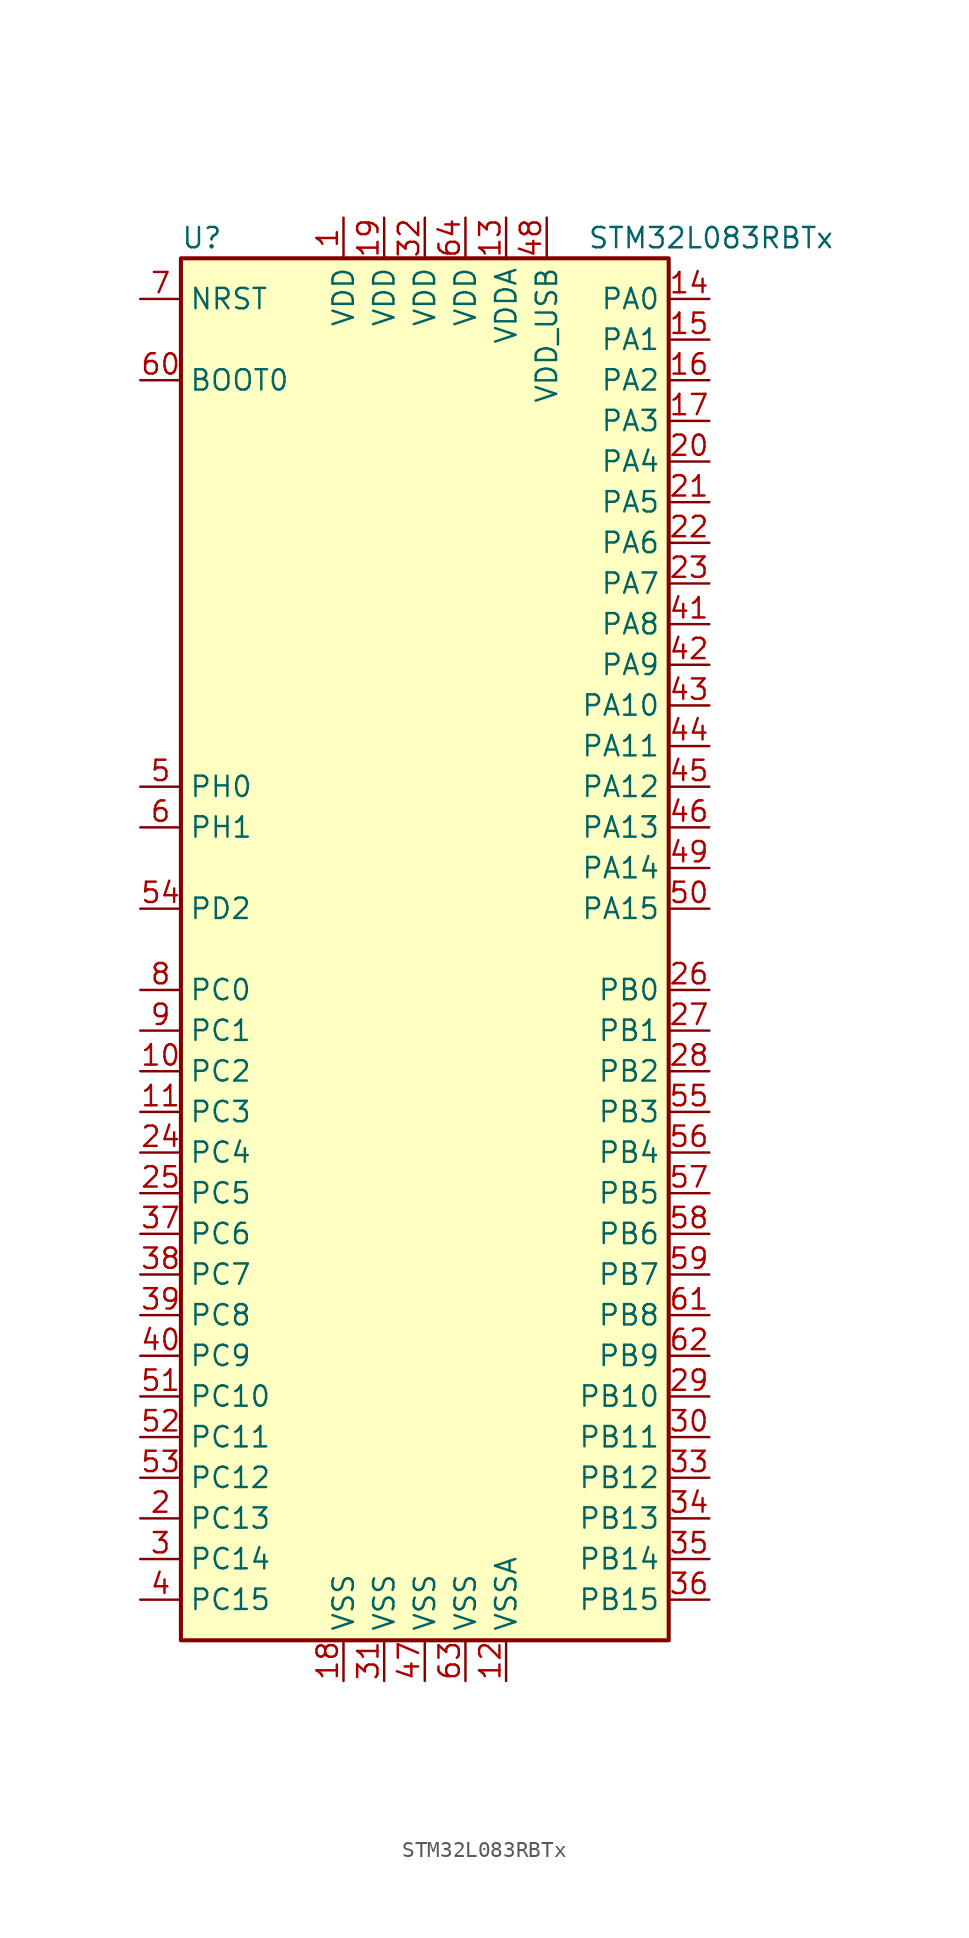
<source format=kicad_sym>
(kicad_symbol_lib
  (version 20201005)
  (generator kicad_symbol_editor)
  (symbol "STM32L083RBTx"
    (property "Reference" "U"
      (at -15.24 44.45 0)
      (effects (font (size 1.27 1.27)) (justify left)))
    (property "Value" "STM32L083RBTx"
      (at 10.16 44.45 0)
      (effects (font (size 1.27 1.27)) (justify left)))
    (symbol "STM32L083RBTx_0_1"
      (rectangle (start -15.24 -43.18) (end 15.24 43.18) (stroke (width 0.254)) (fill (type background))))
    (symbol "STM32L083RBTx_1_1"
      (pin power_in line (at -5.08 45.72 270) (length 2.54) (name "VDD" (effects (font (size 1.27 1.27)))) (number "1" (effects (font (size 1.27 1.27)))))
      (pin bidirectional line (at -17.78 -7.62 0) (length 2.54) (name "PC2" (effects (font (size 1.27 1.27)))) (number "10" (effects (font (size 1.27 1.27)))))
      (pin bidirectional line (at -17.78 -10.16 0) (length 2.54) (name "PC3" (effects (font (size 1.27 1.27)))) (number "11" (effects (font (size 1.27 1.27)))))
      (pin power_in line (at 5.08 -45.72 90) (length 2.54) (name "VSSA" (effects (font (size 1.27 1.27)))) (number "12" (effects (font (size 1.27 1.27)))))
      (pin power_in line (at 5.08 45.72 270) (length 2.54) (name "VDDA" (effects (font (size 1.27 1.27)))) (number "13" (effects (font (size 1.27 1.27)))))
      (pin bidirectional line (at 17.78 40.64 180) (length 2.54) (name "PA0" (effects (font (size 1.27 1.27)))) (number "14" (effects (font (size 1.27 1.27)))))
      (pin bidirectional line (at 17.78 38.1 180) (length 2.54) (name "PA1" (effects (font (size 1.27 1.27)))) (number "15" (effects (font (size 1.27 1.27)))))
      (pin bidirectional line (at 17.78 35.56 180) (length 2.54) (name "PA2" (effects (font (size 1.27 1.27)))) (number "16" (effects (font (size 1.27 1.27)))))
      (pin bidirectional line (at 17.78 33.02 180) (length 2.54) (name "PA3" (effects (font (size 1.27 1.27)))) (number "17" (effects (font (size 1.27 1.27)))))
      (pin power_in line (at -5.08 -45.72 90) (length 2.54) (name "VSS" (effects (font (size 1.27 1.27)))) (number "18" (effects (font (size 1.27 1.27)))))
      (pin power_in line (at -2.54 45.72 270) (length 2.54) (name "VDD" (effects (font (size 1.27 1.27)))) (number "19" (effects (font (size 1.27 1.27)))))
      (pin bidirectional line (at -17.78 -35.56 0) (length 2.54) (name "PC13" (effects (font (size 1.27 1.27)))) (number "2" (effects (font (size 1.27 1.27)))))
      (pin bidirectional line (at 17.78 30.48 180) (length 2.54) (name "PA4" (effects (font (size 1.27 1.27)))) (number "20" (effects (font (size 1.27 1.27)))))
      (pin bidirectional line (at 17.78 27.94 180) (length 2.54) (name "PA5" (effects (font (size 1.27 1.27)))) (number "21" (effects (font (size 1.27 1.27)))))
      (pin bidirectional line (at 17.78 25.4 180) (length 2.54) (name "PA6" (effects (font (size 1.27 1.27)))) (number "22" (effects (font (size 1.27 1.27)))))
      (pin bidirectional line (at 17.78 22.86 180) (length 2.54) (name "PA7" (effects (font (size 1.27 1.27)))) (number "23" (effects (font (size 1.27 1.27)))))
      (pin bidirectional line (at -17.78 -12.7 0) (length 2.54) (name "PC4" (effects (font (size 1.27 1.27)))) (number "24" (effects (font (size 1.27 1.27)))))
      (pin bidirectional line (at -17.78 -15.24 0) (length 2.54) (name "PC5" (effects (font (size 1.27 1.27)))) (number "25" (effects (font (size 1.27 1.27)))))
      (pin bidirectional line (at 17.78 -2.54 180) (length 2.54) (name "PB0" (effects (font (size 1.27 1.27)))) (number "26" (effects (font (size 1.27 1.27)))))
      (pin bidirectional line (at 17.78 -5.08 180) (length 2.54) (name "PB1" (effects (font (size 1.27 1.27)))) (number "27" (effects (font (size 1.27 1.27)))))
      (pin bidirectional line (at 17.78 -7.62 180) (length 2.54) (name "PB2" (effects (font (size 1.27 1.27)))) (number "28" (effects (font (size 1.27 1.27)))))
      (pin bidirectional line (at 17.78 -27.94 180) (length 2.54) (name "PB10" (effects (font (size 1.27 1.27)))) (number "29" (effects (font (size 1.27 1.27)))))
      (pin bidirectional line (at -17.78 -38.1 0) (length 2.54) (name "PC14" (effects (font (size 1.27 1.27)))) (number "3" (effects (font (size 1.27 1.27)))))
      (pin bidirectional line (at 17.78 -30.48 180) (length 2.54) (name "PB11" (effects (font (size 1.27 1.27)))) (number "30" (effects (font (size 1.27 1.27)))))
      (pin power_in line (at -2.54 -45.72 90) (length 2.54) (name "VSS" (effects (font (size 1.27 1.27)))) (number "31" (effects (font (size 1.27 1.27)))))
      (pin power_in line (at 0 45.72 270) (length 2.54) (name "VDD" (effects (font (size 1.27 1.27)))) (number "32" (effects (font (size 1.27 1.27)))))
      (pin bidirectional line (at 17.78 -33.02 180) (length 2.54) (name "PB12" (effects (font (size 1.27 1.27)))) (number "33" (effects (font (size 1.27 1.27)))))
      (pin bidirectional line (at 17.78 -35.56 180) (length 2.54) (name "PB13" (effects (font (size 1.27 1.27)))) (number "34" (effects (font (size 1.27 1.27)))))
      (pin bidirectional line (at 17.78 -38.1 180) (length 2.54) (name "PB14" (effects (font (size 1.27 1.27)))) (number "35" (effects (font (size 1.27 1.27)))))
      (pin bidirectional line (at 17.78 -40.64 180) (length 2.54) (name "PB15" (effects (font (size 1.27 1.27)))) (number "36" (effects (font (size 1.27 1.27)))))
      (pin bidirectional line (at -17.78 -17.78 0) (length 2.54) (name "PC6" (effects (font (size 1.27 1.27)))) (number "37" (effects (font (size 1.27 1.27)))))
      (pin bidirectional line (at -17.78 -20.32 0) (length 2.54) (name "PC7" (effects (font (size 1.27 1.27)))) (number "38" (effects (font (size 1.27 1.27)))))
      (pin bidirectional line (at -17.78 -22.86 0) (length 2.54) (name "PC8" (effects (font (size 1.27 1.27)))) (number "39" (effects (font (size 1.27 1.27)))))
      (pin bidirectional line (at -17.78 -40.64 0) (length 2.54) (name "PC15" (effects (font (size 1.27 1.27)))) (number "4" (effects (font (size 1.27 1.27)))))
      (pin bidirectional line (at -17.78 -25.4 0) (length 2.54) (name "PC9" (effects (font (size 1.27 1.27)))) (number "40" (effects (font (size 1.27 1.27)))))
      (pin bidirectional line (at 17.78 20.32 180) (length 2.54) (name "PA8" (effects (font (size 1.27 1.27)))) (number "41" (effects (font (size 1.27 1.27)))))
      (pin bidirectional line (at 17.78 17.78 180) (length 2.54) (name "PA9" (effects (font (size 1.27 1.27)))) (number "42" (effects (font (size 1.27 1.27)))))
      (pin bidirectional line (at 17.78 15.24 180) (length 2.54) (name "PA10" (effects (font (size 1.27 1.27)))) (number "43" (effects (font (size 1.27 1.27)))))
      (pin bidirectional line (at 17.78 12.7 180) (length 2.54) (name "PA11" (effects (font (size 1.27 1.27)))) (number "44" (effects (font (size 1.27 1.27)))))
      (pin bidirectional line (at 17.78 10.16 180) (length 2.54) (name "PA12" (effects (font (size 1.27 1.27)))) (number "45" (effects (font (size 1.27 1.27)))))
      (pin bidirectional line (at 17.78 7.62 180) (length 2.54) (name "PA13" (effects (font (size 1.27 1.27)))) (number "46" (effects (font (size 1.27 1.27)))))
      (pin power_in line (at 0 -45.72 90) (length 2.54) (name "VSS" (effects (font (size 1.27 1.27)))) (number "47" (effects (font (size 1.27 1.27)))))
      (pin power_in line (at 7.62 45.72 270) (length 2.54) (name "VDD_USB" (effects (font (size 1.27 1.27)))) (number "48" (effects (font (size 1.27 1.27)))))
      (pin bidirectional line (at 17.78 5.08 180) (length 2.54) (name "PA14" (effects (font (size 1.27 1.27)))) (number "49" (effects (font (size 1.27 1.27)))))
      (pin input line (at -17.78 10.16 0) (length 2.54) (name "PH0" (effects (font (size 1.27 1.27)))) (number "5" (effects (font (size 1.27 1.27)))))
      (pin bidirectional line (at 17.78 2.54 180) (length 2.54) (name "PA15" (effects (font (size 1.27 1.27)))) (number "50" (effects (font (size 1.27 1.27)))))
      (pin bidirectional line (at -17.78 -27.94 0) (length 2.54) (name "PC10" (effects (font (size 1.27 1.27)))) (number "51" (effects (font (size 1.27 1.27)))))
      (pin bidirectional line (at -17.78 -30.48 0) (length 2.54) (name "PC11" (effects (font (size 1.27 1.27)))) (number "52" (effects (font (size 1.27 1.27)))))
      (pin bidirectional line (at -17.78 -33.02 0) (length 2.54) (name "PC12" (effects (font (size 1.27 1.27)))) (number "53" (effects (font (size 1.27 1.27)))))
      (pin bidirectional line (at -17.78 2.54 0) (length 2.54) (name "PD2" (effects (font (size 1.27 1.27)))) (number "54" (effects (font (size 1.27 1.27)))))
      (pin bidirectional line (at 17.78 -10.16 180) (length 2.54) (name "PB3" (effects (font (size 1.27 1.27)))) (number "55" (effects (font (size 1.27 1.27)))))
      (pin bidirectional line (at 17.78 -12.7 180) (length 2.54) (name "PB4" (effects (font (size 1.27 1.27)))) (number "56" (effects (font (size 1.27 1.27)))))
      (pin bidirectional line (at 17.78 -15.24 180) (length 2.54) (name "PB5" (effects (font (size 1.27 1.27)))) (number "57" (effects (font (size 1.27 1.27)))))
      (pin bidirectional line (at 17.78 -17.78 180) (length 2.54) (name "PB6" (effects (font (size 1.27 1.27)))) (number "58" (effects (font (size 1.27 1.27)))))
      (pin bidirectional line (at 17.78 -20.32 180) (length 2.54) (name "PB7" (effects (font (size 1.27 1.27)))) (number "59" (effects (font (size 1.27 1.27)))))
      (pin input line (at -17.78 7.62 0) (length 2.54) (name "PH1" (effects (font (size 1.27 1.27)))) (number "6" (effects (font (size 1.27 1.27)))))
      (pin input line (at -17.78 35.56 0) (length 2.54) (name "BOOT0" (effects (font (size 1.27 1.27)))) (number "60" (effects (font (size 1.27 1.27)))))
      (pin bidirectional line (at 17.78 -22.86 180) (length 2.54) (name "PB8" (effects (font (size 1.27 1.27)))) (number "61" (effects (font (size 1.27 1.27)))))
      (pin bidirectional line (at 17.78 -25.4 180) (length 2.54) (name "PB9" (effects (font (size 1.27 1.27)))) (number "62" (effects (font (size 1.27 1.27)))))
      (pin power_in line (at 2.54 -45.72 90) (length 2.54) (name "VSS" (effects (font (size 1.27 1.27)))) (number "63" (effects (font (size 1.27 1.27)))))
      (pin power_in line (at 2.54 45.72 270) (length 2.54) (name "VDD" (effects (font (size 1.27 1.27)))) (number "64" (effects (font (size 1.27 1.27)))))
      (pin input line (at -17.78 40.64 0) (length 2.54) (name "NRST" (effects (font (size 1.27 1.27)))) (number "7" (effects (font (size 1.27 1.27)))))
      (pin bidirectional line (at -17.78 -2.54 0) (length 2.54) (name "PC0" (effects (font (size 1.27 1.27)))) (number "8" (effects (font (size 1.27 1.27)))))
      (pin bidirectional line (at -17.78 -5.08 0) (length 2.54) (name "PC1" (effects (font (size 1.27 1.27)))) (number "9" (effects (font (size 1.27 1.27))))))))
</source>
